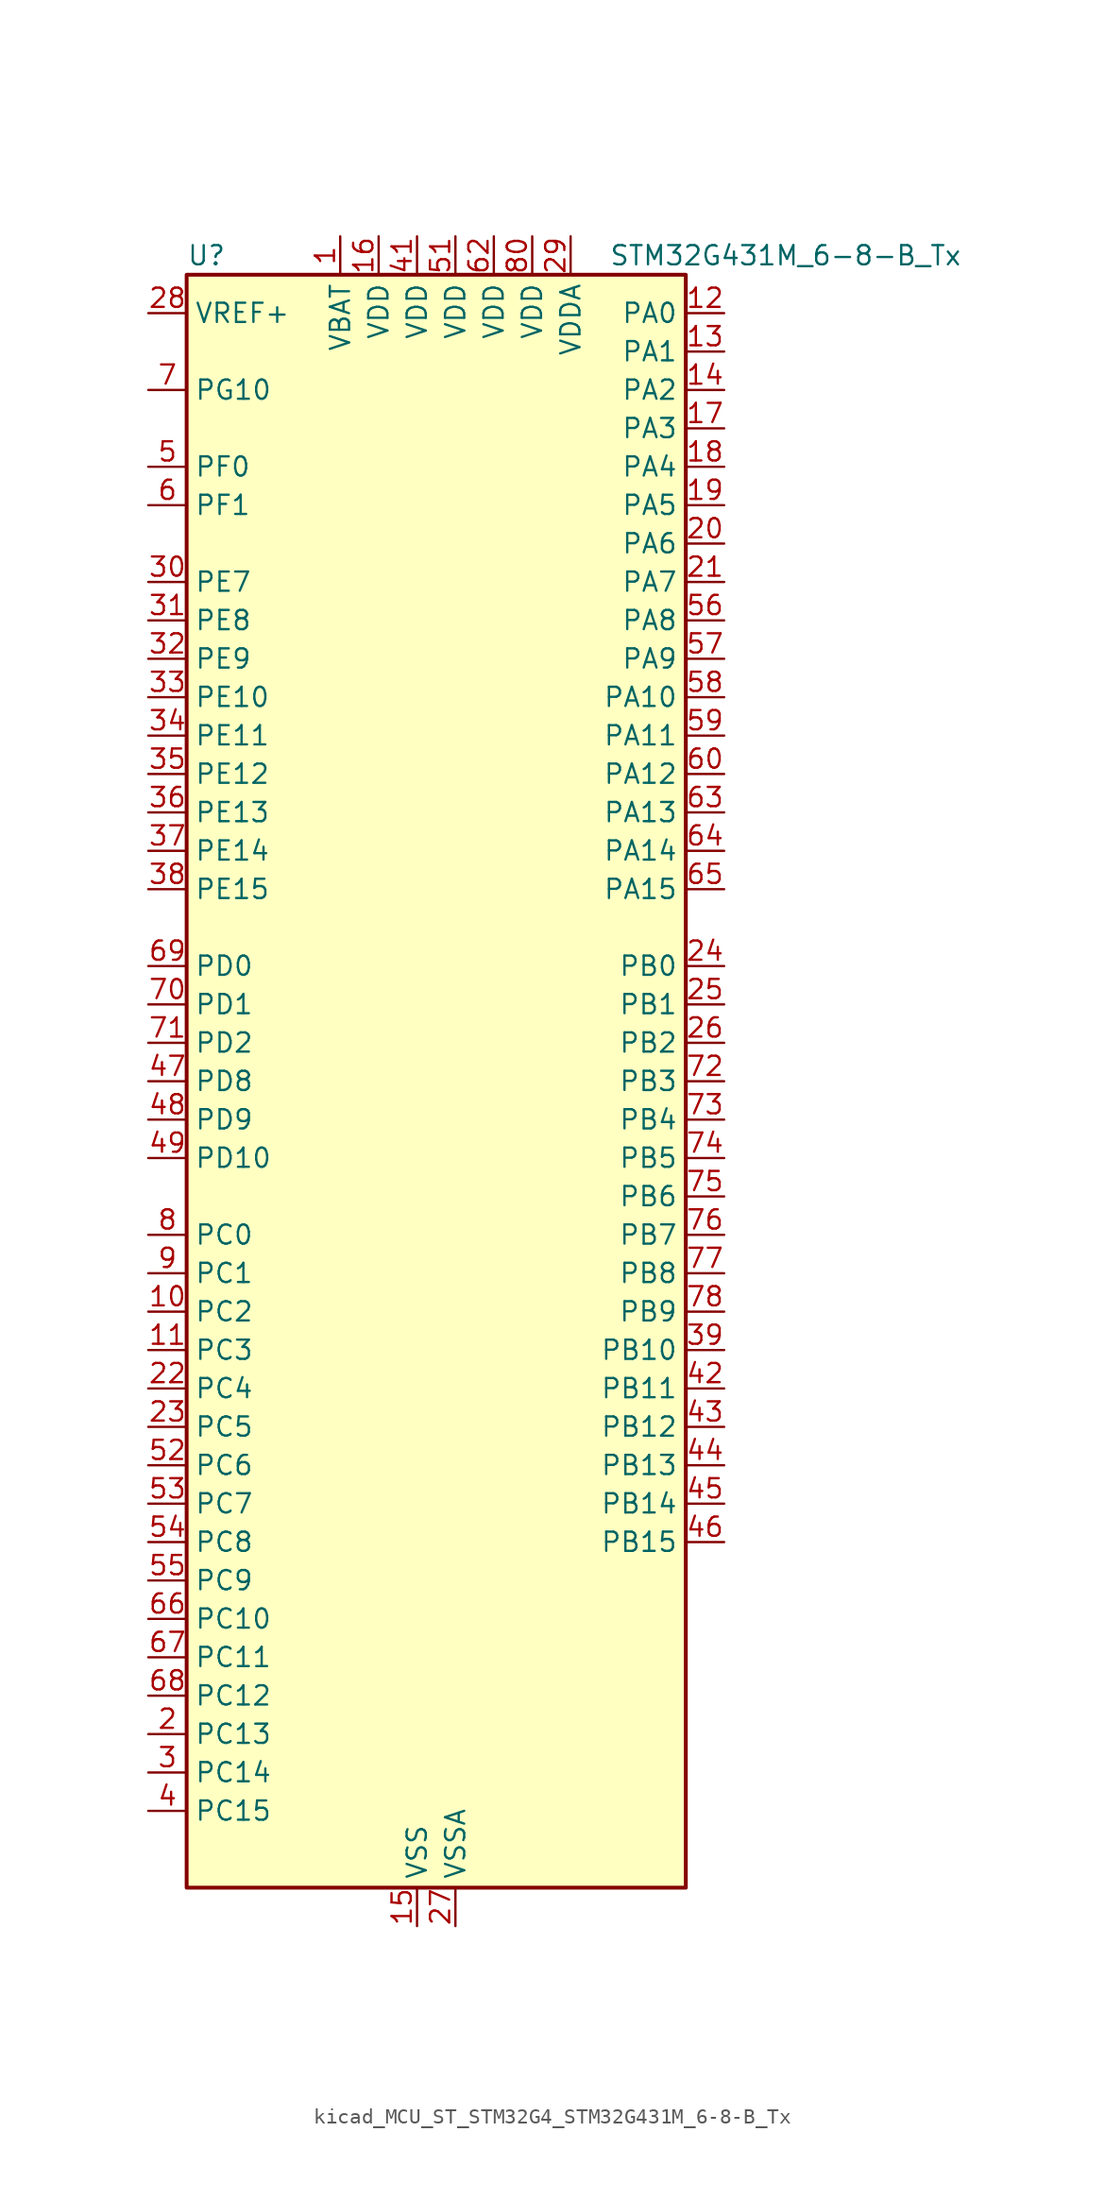
<source format=kicad_sym>
(kicad_symbol_lib
  (version 20220914)
  (generator kicad_symbol_editor)
  (symbol "kicad_MCU_ST_STM32G4_STM32G431M_6-8-B_Tx"
    (property "Reference" "U"
      (at -15.24 54.61 0)
      (effects (font (size 1.27 1.27)) (justify left)))
    (property "Value" "STM32G431M_6-8-B_Tx"
      (at 12.7 54.61 0)
      (effects (font (size 1.27 1.27)) (justify left)))
    (property "ki_locked" ""
      (at 0 0 0)
      (effects (font (size 1.27 1.27))))
    (symbol "kicad_MCU_ST_STM32G4_STM32G431M_6-8-B_Tx_0_1"
      (rectangle (start -15.24 -53.34) (end 17.78 53.34) (stroke (width 0.254) (type default)) (fill (type background))))
    (symbol "kicad_MCU_ST_STM32G4_STM32G431M_6-8-B_Tx_1_1"
      (pin power_in line (at -5.08 55.88 270) (length 2.54) (name "VBAT" (effects (font (size 1.27 1.27)))) (number "1" (effects (font (size 1.27 1.27)))))
      (pin bidirectional line (at -17.78 -15.24 0) (length 2.54) (name "PC2" (effects (font (size 1.27 1.27)))) (number "10" (effects (font (size 1.27 1.27)))) (alternate "ADC1_IN8" bidirectional line) (alternate "ADC2_IN8" bidirectional line) (alternate "COMP3_OUT" bidirectional line) (alternate "LPTIM1_IN2" bidirectional line) (alternate "TIM1_CH3" bidirectional line))
      (pin bidirectional line (at -17.78 -17.78 0) (length 2.54) (name "PC3" (effects (font (size 1.27 1.27)))) (number "11" (effects (font (size 1.27 1.27)))) (alternate "ADC1_IN9" bidirectional line) (alternate "ADC2_IN9" bidirectional line) (alternate "LPTIM1_ETR" bidirectional line) (alternate "SAI1_D1" bidirectional line) (alternate "SAI1_SD_A" bidirectional line) (alternate "TIM1_BKIN2" bidirectional line) (alternate "TIM1_CH4" bidirectional line))
      (pin bidirectional line (at 20.32 50.8 180) (length 2.54) (name "PA0" (effects (font (size 1.27 1.27)))) (number "12" (effects (font (size 1.27 1.27)))) (alternate "ADC1_IN1" bidirectional line) (alternate "ADC2_IN1" bidirectional line) (alternate "COMP1_INM" bidirectional line) (alternate "COMP1_OUT" bidirectional line) (alternate "COMP3_INP" bidirectional line) (alternate "RTC_TAMP2" bidirectional line) (alternate "SYS_WKUP1" bidirectional line) (alternate "TIM2_CH1" bidirectional line) (alternate "TIM2_ETR" bidirectional line) (alternate "TIM8_BKIN" bidirectional line) (alternate "TIM8_ETR" bidirectional line) (alternate "USART2_CTS" bidirectional line) (alternate "USART2_NSS" bidirectional line))
      (pin bidirectional line (at 20.32 48.26 180) (length 2.54) (name "PA1" (effects (font (size 1.27 1.27)))) (number "13" (effects (font (size 1.27 1.27)))) (alternate "ADC1_IN2" bidirectional line) (alternate "ADC2_IN2" bidirectional line) (alternate "COMP1_INP" bidirectional line) (alternate "OPAMP1_VINP" bidirectional line) (alternate "OPAMP1_VINP_SEC" bidirectional line) (alternate "OPAMP3_VINP" bidirectional line) (alternate "OPAMP3_VINP_SEC" bidirectional line) (alternate "RTC_REFIN" bidirectional line) (alternate "TIM15_CH1N" bidirectional line) (alternate "TIM2_CH2" bidirectional line) (alternate "USART2_DE" bidirectional line) (alternate "USART2_RTS" bidirectional line))
      (pin bidirectional line (at 20.32 45.72 180) (length 2.54) (name "PA2" (effects (font (size 1.27 1.27)))) (number "14" (effects (font (size 1.27 1.27)))) (alternate "ADC1_IN3" bidirectional line) (alternate "COMP2_INM" bidirectional line) (alternate "COMP2_OUT" bidirectional line) (alternate "LPUART1_TX" bidirectional line) (alternate "OPAMP1_VOUT" bidirectional line) (alternate "RCC_LSCO" bidirectional line) (alternate "SYS_WKUP4" bidirectional line) (alternate "TIM15_CH1" bidirectional line) (alternate "TIM2_CH3" bidirectional line) (alternate "UCPD1_FRSTX1" bidirectional line) (alternate "UCPD1_FRSTX2" bidirectional line) (alternate "USART2_TX" bidirectional line))
      (pin power_in line (at 0 -55.88 90) (length 2.54) (name "VSS" (effects (font (size 1.27 1.27)))) (number "15" (effects (font (size 1.27 1.27)))))
      (pin power_in line (at -2.54 55.88 270) (length 2.54) (name "VDD" (effects (font (size 1.27 1.27)))) (number "16" (effects (font (size 1.27 1.27)))))
      (pin bidirectional line (at 20.32 43.18 180) (length 2.54) (name "PA3" (effects (font (size 1.27 1.27)))) (number "17" (effects (font (size 1.27 1.27)))) (alternate "ADC1_IN4" bidirectional line) (alternate "COMP2_INP" bidirectional line) (alternate "LPUART1_RX" bidirectional line) (alternate "OPAMP1_VINM" bidirectional line) (alternate "OPAMP1_VINM0" bidirectional line) (alternate "OPAMP1_VINM_SEC" bidirectional line) (alternate "OPAMP1_VINP" bidirectional line) (alternate "OPAMP1_VINP_SEC" bidirectional line) (alternate "SAI1_CK1" bidirectional line) (alternate "SAI1_MCLK_A" bidirectional line) (alternate "TIM15_CH2" bidirectional line) (alternate "TIM2_CH4" bidirectional line) (alternate "USART2_RX" bidirectional line))
      (pin bidirectional line (at 20.32 40.64 180) (length 2.54) (name "PA4" (effects (font (size 1.27 1.27)))) (number "18" (effects (font (size 1.27 1.27)))) (alternate "ADC2_IN17" bidirectional line) (alternate "COMP1_INM" bidirectional line) (alternate "DAC1_OUT1" bidirectional line) (alternate "I2S3_WS" bidirectional line) (alternate "SAI1_FS_B" bidirectional line) (alternate "SPI1_NSS" bidirectional line) (alternate "SPI3_NSS" bidirectional line) (alternate "TIM3_CH2" bidirectional line) (alternate "USART2_CK" bidirectional line))
      (pin bidirectional line (at 20.32 38.1 180) (length 2.54) (name "PA5" (effects (font (size 1.27 1.27)))) (number "19" (effects (font (size 1.27 1.27)))) (alternate "ADC2_IN13" bidirectional line) (alternate "COMP2_INM" bidirectional line) (alternate "DAC1_OUT2" bidirectional line) (alternate "OPAMP2_VINM" bidirectional line) (alternate "OPAMP2_VINM0" bidirectional line) (alternate "OPAMP2_VINM_SEC" bidirectional line) (alternate "SPI1_SCK" bidirectional line) (alternate "TIM2_CH1" bidirectional line) (alternate "TIM2_ETR" bidirectional line) (alternate "UCPD1_FRSTX1" bidirectional line) (alternate "UCPD1_FRSTX2" bidirectional line))
      (pin bidirectional line (at -17.78 -43.18 0) (length 2.54) (name "PC13" (effects (font (size 1.27 1.27)))) (number "2" (effects (font (size 1.27 1.27)))) (alternate "RTC_OUT1" bidirectional line) (alternate "RTC_TAMP1" bidirectional line) (alternate "RTC_TS" bidirectional line) (alternate "SYS_WKUP2" bidirectional line) (alternate "TIM1_BKIN" bidirectional line) (alternate "TIM1_CH1N" bidirectional line) (alternate "TIM8_CH4N" bidirectional line))
      (pin bidirectional line (at 20.32 35.56 180) (length 2.54) (name "PA6" (effects (font (size 1.27 1.27)))) (number "20" (effects (font (size 1.27 1.27)))) (alternate "ADC2_IN3" bidirectional line) (alternate "COMP1_OUT" bidirectional line) (alternate "LPUART1_CTS" bidirectional line) (alternate "OPAMP2_VOUT" bidirectional line) (alternate "SPI1_MISO" bidirectional line) (alternate "TIM16_CH1" bidirectional line) (alternate "TIM1_BKIN" bidirectional line) (alternate "TIM3_CH1" bidirectional line) (alternate "TIM8_BKIN" bidirectional line))
      (pin bidirectional line (at 20.32 33.02 180) (length 2.54) (name "PA7" (effects (font (size 1.27 1.27)))) (number "21" (effects (font (size 1.27 1.27)))) (alternate "ADC2_IN4" bidirectional line) (alternate "COMP2_INP" bidirectional line) (alternate "COMP2_OUT" bidirectional line) (alternate "OPAMP1_VINP" bidirectional line) (alternate "OPAMP1_VINP_SEC" bidirectional line) (alternate "OPAMP2_VINP" bidirectional line) (alternate "OPAMP2_VINP_SEC" bidirectional line) (alternate "SPI1_MOSI" bidirectional line) (alternate "TIM17_CH1" bidirectional line) (alternate "TIM1_CH1N" bidirectional line) (alternate "TIM3_CH2" bidirectional line) (alternate "TIM8_CH1N" bidirectional line) (alternate "UCPD1_FRSTX1" bidirectional line) (alternate "UCPD1_FRSTX2" bidirectional line))
      (pin bidirectional line (at -17.78 -20.32 0) (length 2.54) (name "PC4" (effects (font (size 1.27 1.27)))) (number "22" (effects (font (size 1.27 1.27)))) (alternate "ADC2_IN5" bidirectional line) (alternate "I2C2_SCL" bidirectional line) (alternate "TIM1_ETR" bidirectional line) (alternate "USART1_TX" bidirectional line))
      (pin bidirectional line (at -17.78 -22.86 0) (length 2.54) (name "PC5" (effects (font (size 1.27 1.27)))) (number "23" (effects (font (size 1.27 1.27)))) (alternate "ADC2_IN11" bidirectional line) (alternate "OPAMP1_VINM" bidirectional line) (alternate "OPAMP1_VINM1" bidirectional line) (alternate "OPAMP1_VINM_SEC" bidirectional line) (alternate "OPAMP2_VINM" bidirectional line) (alternate "OPAMP2_VINM1" bidirectional line) (alternate "OPAMP2_VINM_SEC" bidirectional line) (alternate "SAI1_D3" bidirectional line) (alternate "SYS_WKUP5" bidirectional line) (alternate "TIM15_BKIN" bidirectional line) (alternate "TIM1_CH4N" bidirectional line) (alternate "USART1_RX" bidirectional line))
      (pin bidirectional line (at 20.32 7.62 180) (length 2.54) (name "PB0" (effects (font (size 1.27 1.27)))) (number "24" (effects (font (size 1.27 1.27)))) (alternate "ADC1_IN15" bidirectional line) (alternate "COMP4_INP" bidirectional line) (alternate "OPAMP2_VINP" bidirectional line) (alternate "OPAMP2_VINP_SEC" bidirectional line) (alternate "OPAMP3_VINP" bidirectional line) (alternate "OPAMP3_VINP_SEC" bidirectional line) (alternate "TIM1_CH2N" bidirectional line) (alternate "TIM3_CH3" bidirectional line) (alternate "TIM8_CH2N" bidirectional line) (alternate "UCPD1_FRSTX1" bidirectional line) (alternate "UCPD1_FRSTX2" bidirectional line))
      (pin bidirectional line (at 20.32 5.08 180) (length 2.54) (name "PB1" (effects (font (size 1.27 1.27)))) (number "25" (effects (font (size 1.27 1.27)))) (alternate "ADC1_IN12" bidirectional line) (alternate "COMP1_INP" bidirectional line) (alternate "COMP4_OUT" bidirectional line) (alternate "LPUART1_DE" bidirectional line) (alternate "LPUART1_RTS" bidirectional line) (alternate "OPAMP3_VOUT" bidirectional line) (alternate "TIM1_CH3N" bidirectional line) (alternate "TIM3_CH4" bidirectional line) (alternate "TIM8_CH3N" bidirectional line))
      (pin bidirectional line (at 20.32 2.54 180) (length 2.54) (name "PB2" (effects (font (size 1.27 1.27)))) (number "26" (effects (font (size 1.27 1.27)))) (alternate "ADC2_IN12" bidirectional line) (alternate "COMP4_INM" bidirectional line) (alternate "I2C3_SMBA" bidirectional line) (alternate "LPTIM1_OUT" bidirectional line) (alternate "OPAMP3_VINM" bidirectional line) (alternate "OPAMP3_VINM0" bidirectional line) (alternate "OPAMP3_VINM_SEC" bidirectional line) (alternate "RTC_OUT2" bidirectional line))
      (pin power_in line (at 2.54 -55.88 90) (length 2.54) (name "VSSA" (effects (font (size 1.27 1.27)))) (number "27" (effects (font (size 1.27 1.27)))))
      (pin input line (at -17.78 50.8 0) (length 2.54) (name "VREF+" (effects (font (size 1.27 1.27)))) (number "28" (effects (font (size 1.27 1.27)))) (alternate "VREFBUF_OUT" bidirectional line))
      (pin power_in line (at 10.16 55.88 270) (length 2.54) (name "VDDA" (effects (font (size 1.27 1.27)))) (number "29" (effects (font (size 1.27 1.27)))))
      (pin bidirectional line (at -17.78 -45.72 0) (length 2.54) (name "PC14" (effects (font (size 1.27 1.27)))) (number "3" (effects (font (size 1.27 1.27)))) (alternate "RCC_OSC32_IN" bidirectional line))
      (pin bidirectional line (at -17.78 33.02 0) (length 2.54) (name "PE7" (effects (font (size 1.27 1.27)))) (number "30" (effects (font (size 1.27 1.27)))) (alternate "COMP4_INP" bidirectional line) (alternate "SAI1_SD_B" bidirectional line) (alternate "TIM1_ETR" bidirectional line))
      (pin bidirectional line (at -17.78 30.48 0) (length 2.54) (name "PE8" (effects (font (size 1.27 1.27)))) (number "31" (effects (font (size 1.27 1.27)))) (alternate "COMP4_INM" bidirectional line) (alternate "SAI1_SCK_B" bidirectional line) (alternate "TIM1_CH1N" bidirectional line))
      (pin bidirectional line (at -17.78 27.94 0) (length 2.54) (name "PE9" (effects (font (size 1.27 1.27)))) (number "32" (effects (font (size 1.27 1.27)))) (alternate "DAC1_EXTI9" bidirectional line) (alternate "DAC3_EXTI9" bidirectional line) (alternate "SAI1_FS_B" bidirectional line) (alternate "TIM1_CH1" bidirectional line))
      (pin bidirectional line (at -17.78 25.4 0) (length 2.54) (name "PE10" (effects (font (size 1.27 1.27)))) (number "33" (effects (font (size 1.27 1.27)))) (alternate "DAC1_EXTI10" bidirectional line) (alternate "DAC3_EXTI10" bidirectional line) (alternate "SAI1_MCLK_B" bidirectional line) (alternate "TIM1_CH2N" bidirectional line))
      (pin bidirectional line (at -17.78 22.86 0) (length 2.54) (name "PE11" (effects (font (size 1.27 1.27)))) (number "34" (effects (font (size 1.27 1.27)))) (alternate "ADC1_EXTI11" bidirectional line) (alternate "ADC2_EXTI11" bidirectional line) (alternate "TIM1_CH2" bidirectional line))
      (pin bidirectional line (at -17.78 20.32 0) (length 2.54) (name "PE12" (effects (font (size 1.27 1.27)))) (number "35" (effects (font (size 1.27 1.27)))) (alternate "TIM1_CH3N" bidirectional line))
      (pin bidirectional line (at -17.78 17.78 0) (length 2.54) (name "PE13" (effects (font (size 1.27 1.27)))) (number "36" (effects (font (size 1.27 1.27)))) (alternate "TIM1_CH3" bidirectional line))
      (pin bidirectional line (at -17.78 15.24 0) (length 2.54) (name "PE14" (effects (font (size 1.27 1.27)))) (number "37" (effects (font (size 1.27 1.27)))) (alternate "TIM1_BKIN2" bidirectional line) (alternate "TIM1_CH4" bidirectional line))
      (pin bidirectional line (at -17.78 12.7 0) (length 2.54) (name "PE15" (effects (font (size 1.27 1.27)))) (number "38" (effects (font (size 1.27 1.27)))) (alternate "ADC1_EXTI15" bidirectional line) (alternate "ADC2_EXTI15" bidirectional line) (alternate "TIM1_BKIN" bidirectional line) (alternate "TIM1_CH4N" bidirectional line) (alternate "USART3_RX" bidirectional line))
      (pin bidirectional line (at 20.32 -17.78 180) (length 2.54) (name "PB10" (effects (font (size 1.27 1.27)))) (number "39" (effects (font (size 1.27 1.27)))) (alternate "DAC1_EXTI10" bidirectional line) (alternate "DAC3_EXTI10" bidirectional line) (alternate "LPUART1_RX" bidirectional line) (alternate "OPAMP3_VINM" bidirectional line) (alternate "OPAMP3_VINM1" bidirectional line) (alternate "OPAMP3_VINM_SEC" bidirectional line) (alternate "SAI1_SCK_A" bidirectional line) (alternate "TIM1_BKIN" bidirectional line) (alternate "TIM2_CH3" bidirectional line) (alternate "USART3_TX" bidirectional line))
      (pin bidirectional line (at -17.78 -48.26 0) (length 2.54) (name "PC15" (effects (font (size 1.27 1.27)))) (number "4" (effects (font (size 1.27 1.27)))) (alternate "ADC1_EXTI15" bidirectional line) (alternate "ADC2_EXTI15" bidirectional line) (alternate "RCC_OSC32_OUT" bidirectional line))
      (pin passive line (at 0 -55.88 90) (length 2.54) hide (name "VSS" (effects (font (size 1.27 1.27)))) (number "40" (effects (font (size 1.27 1.27)))))
      (pin power_in line (at 0 55.88 270) (length 2.54) (name "VDD" (effects (font (size 1.27 1.27)))) (number "41" (effects (font (size 1.27 1.27)))))
      (pin bidirectional line (at 20.32 -20.32 180) (length 2.54) (name "PB11" (effects (font (size 1.27 1.27)))) (number "42" (effects (font (size 1.27 1.27)))) (alternate "ADC1_EXTI11" bidirectional line) (alternate "ADC1_IN14" bidirectional line) (alternate "ADC2_EXTI11" bidirectional line) (alternate "ADC2_IN14" bidirectional line) (alternate "LPUART1_TX" bidirectional line) (alternate "TIM2_CH4" bidirectional line) (alternate "USART3_RX" bidirectional line))
      (pin bidirectional line (at 20.32 -22.86 180) (length 2.54) (name "PB12" (effects (font (size 1.27 1.27)))) (number "43" (effects (font (size 1.27 1.27)))) (alternate "ADC1_IN11" bidirectional line) (alternate "I2C2_SMBA" bidirectional line) (alternate "I2S2_WS" bidirectional line) (alternate "LPUART1_DE" bidirectional line) (alternate "LPUART1_RTS" bidirectional line) (alternate "SPI2_NSS" bidirectional line) (alternate "TIM1_BKIN" bidirectional line) (alternate "USART3_CK" bidirectional line))
      (pin bidirectional line (at 20.32 -25.4 180) (length 2.54) (name "PB13" (effects (font (size 1.27 1.27)))) (number "44" (effects (font (size 1.27 1.27)))) (alternate "I2S2_CK" bidirectional line) (alternate "LPUART1_CTS" bidirectional line) (alternate "OPAMP3_VINP" bidirectional line) (alternate "OPAMP3_VINP_SEC" bidirectional line) (alternate "SPI2_SCK" bidirectional line) (alternate "TIM1_CH1N" bidirectional line) (alternate "USART3_CTS" bidirectional line) (alternate "USART3_NSS" bidirectional line))
      (pin bidirectional line (at 20.32 -27.94 180) (length 2.54) (name "PB14" (effects (font (size 1.27 1.27)))) (number "45" (effects (font (size 1.27 1.27)))) (alternate "ADC1_IN5" bidirectional line) (alternate "COMP4_OUT" bidirectional line) (alternate "OPAMP2_VINP" bidirectional line) (alternate "OPAMP2_VINP_SEC" bidirectional line) (alternate "SPI2_MISO" bidirectional line) (alternate "TIM15_CH1" bidirectional line) (alternate "TIM1_CH2N" bidirectional line) (alternate "USART3_DE" bidirectional line) (alternate "USART3_RTS" bidirectional line))
      (pin bidirectional line (at 20.32 -30.48 180) (length 2.54) (name "PB15" (effects (font (size 1.27 1.27)))) (number "46" (effects (font (size 1.27 1.27)))) (alternate "ADC1_EXTI15" bidirectional line) (alternate "ADC2_EXTI15" bidirectional line) (alternate "ADC2_IN15" bidirectional line) (alternate "COMP3_OUT" bidirectional line) (alternate "I2S2_SD" bidirectional line) (alternate "RTC_REFIN" bidirectional line) (alternate "SPI2_MOSI" bidirectional line) (alternate "TIM15_CH1N" bidirectional line) (alternate "TIM15_CH2" bidirectional line) (alternate "TIM1_CH3N" bidirectional line))
      (pin bidirectional line (at -17.78 0 0) (length 2.54) (name "PD8" (effects (font (size 1.27 1.27)))) (number "47" (effects (font (size 1.27 1.27)))) (alternate "USART3_TX" bidirectional line))
      (pin bidirectional line (at -17.78 -2.54 0) (length 2.54) (name "PD9" (effects (font (size 1.27 1.27)))) (number "48" (effects (font (size 1.27 1.27)))) (alternate "DAC1_EXTI9" bidirectional line) (alternate "DAC3_EXTI9" bidirectional line) (alternate "USART3_RX" bidirectional line))
      (pin bidirectional line (at -17.78 -5.08 0) (length 2.54) (name "PD10" (effects (font (size 1.27 1.27)))) (number "49" (effects (font (size 1.27 1.27)))) (alternate "DAC1_EXTI10" bidirectional line) (alternate "DAC3_EXTI10" bidirectional line) (alternate "USART3_CK" bidirectional line))
      (pin bidirectional line (at -17.78 40.64 0) (length 2.54) (name "PF0" (effects (font (size 1.27 1.27)))) (number "5" (effects (font (size 1.27 1.27)))) (alternate "ADC1_IN10" bidirectional line) (alternate "I2C2_SDA" bidirectional line) (alternate "I2S2_WS" bidirectional line) (alternate "RCC_OSC_IN" bidirectional line) (alternate "SPI2_NSS" bidirectional line) (alternate "TIM1_CH3N" bidirectional line))
      (pin passive line (at 0 -55.88 90) (length 2.54) hide (name "VSS" (effects (font (size 1.27 1.27)))) (number "50" (effects (font (size 1.27 1.27)))))
      (pin power_in line (at 2.54 55.88 270) (length 2.54) (name "VDD" (effects (font (size 1.27 1.27)))) (number "51" (effects (font (size 1.27 1.27)))))
      (pin bidirectional line (at -17.78 -25.4 0) (length 2.54) (name "PC6" (effects (font (size 1.27 1.27)))) (number "52" (effects (font (size 1.27 1.27)))) (alternate "I2S2_MCK" bidirectional line) (alternate "TIM3_CH1" bidirectional line) (alternate "TIM8_CH1" bidirectional line))
      (pin bidirectional line (at -17.78 -27.94 0) (length 2.54) (name "PC7" (effects (font (size 1.27 1.27)))) (number "53" (effects (font (size 1.27 1.27)))) (alternate "I2S3_MCK" bidirectional line) (alternate "TIM3_CH2" bidirectional line) (alternate "TIM8_CH2" bidirectional line))
      (pin bidirectional line (at -17.78 -30.48 0) (length 2.54) (name "PC8" (effects (font (size 1.27 1.27)))) (number "54" (effects (font (size 1.27 1.27)))) (alternate "I2C3_SCL" bidirectional line) (alternate "TIM3_CH3" bidirectional line) (alternate "TIM8_CH3" bidirectional line))
      (pin bidirectional line (at -17.78 -33.02 0) (length 2.54) (name "PC9" (effects (font (size 1.27 1.27)))) (number "55" (effects (font (size 1.27 1.27)))) (alternate "DAC1_EXTI9" bidirectional line) (alternate "DAC3_EXTI9" bidirectional line) (alternate "I2C3_SDA" bidirectional line) (alternate "I2S_CKIN" bidirectional line) (alternate "TIM3_CH4" bidirectional line) (alternate "TIM8_BKIN2" bidirectional line) (alternate "TIM8_CH4" bidirectional line))
      (pin bidirectional line (at 20.32 30.48 180) (length 2.54) (name "PA8" (effects (font (size 1.27 1.27)))) (number "56" (effects (font (size 1.27 1.27)))) (alternate "I2C2_SDA" bidirectional line) (alternate "I2C3_SCL" bidirectional line) (alternate "I2S2_MCK" bidirectional line) (alternate "RCC_MCO" bidirectional line) (alternate "SAI1_CK2" bidirectional line) (alternate "SAI1_SCK_A" bidirectional line) (alternate "TIM1_CH1" bidirectional line) (alternate "TIM4_ETR" bidirectional line) (alternate "USART1_CK" bidirectional line))
      (pin bidirectional line (at 20.32 27.94 180) (length 2.54) (name "PA9" (effects (font (size 1.27 1.27)))) (number "57" (effects (font (size 1.27 1.27)))) (alternate "DAC1_EXTI9" bidirectional line) (alternate "DAC3_EXTI9" bidirectional line) (alternate "I2C2_SCL" bidirectional line) (alternate "I2C3_SMBA" bidirectional line) (alternate "I2S3_MCK" bidirectional line) (alternate "SAI1_FS_A" bidirectional line) (alternate "TIM15_BKIN" bidirectional line) (alternate "TIM1_CH2" bidirectional line) (alternate "TIM2_CH3" bidirectional line) (alternate "UCPD1_DBCC1" bidirectional line) (alternate "USART1_TX" bidirectional line))
      (pin bidirectional line (at 20.32 25.4 180) (length 2.54) (name "PA10" (effects (font (size 1.27 1.27)))) (number "58" (effects (font (size 1.27 1.27)))) (alternate "CRS_SYNC" bidirectional line) (alternate "DAC1_EXTI10" bidirectional line) (alternate "DAC3_EXTI10" bidirectional line) (alternate "I2C2_SMBA" bidirectional line) (alternate "SAI1_D1" bidirectional line) (alternate "SAI1_SD_A" bidirectional line) (alternate "SPI2_MISO" bidirectional line) (alternate "TIM17_BKIN" bidirectional line) (alternate "TIM1_CH3" bidirectional line) (alternate "TIM2_CH4" bidirectional line) (alternate "TIM8_BKIN" bidirectional line) (alternate "UCPD1_DBCC2" bidirectional line) (alternate "USART1_RX" bidirectional line))
      (pin bidirectional line (at 20.32 22.86 180) (length 2.54) (name "PA11" (effects (font (size 1.27 1.27)))) (number "59" (effects (font (size 1.27 1.27)))) (alternate "ADC1_EXTI11" bidirectional line) (alternate "ADC2_EXTI11" bidirectional line) (alternate "COMP1_OUT" bidirectional line) (alternate "FDCAN1_RX" bidirectional line) (alternate "I2S2_SD" bidirectional line) (alternate "SPI2_MOSI" bidirectional line) (alternate "TIM1_BKIN2" bidirectional line) (alternate "TIM1_CH1N" bidirectional line) (alternate "TIM1_CH4" bidirectional line) (alternate "TIM4_CH1" bidirectional line) (alternate "USART1_CTS" bidirectional line) (alternate "USART1_NSS" bidirectional line) (alternate "USB_DM" bidirectional line))
      (pin bidirectional line (at -17.78 38.1 0) (length 2.54) (name "PF1" (effects (font (size 1.27 1.27)))) (number "6" (effects (font (size 1.27 1.27)))) (alternate "ADC2_IN10" bidirectional line) (alternate "COMP3_INM" bidirectional line) (alternate "I2S2_CK" bidirectional line) (alternate "RCC_OSC_OUT" bidirectional line) (alternate "SPI2_SCK" bidirectional line))
      (pin bidirectional line (at 20.32 20.32 180) (length 2.54) (name "PA12" (effects (font (size 1.27 1.27)))) (number "60" (effects (font (size 1.27 1.27)))) (alternate "COMP2_OUT" bidirectional line) (alternate "FDCAN1_TX" bidirectional line) (alternate "I2S_CKIN" bidirectional line) (alternate "TIM16_CH1" bidirectional line) (alternate "TIM1_CH2N" bidirectional line) (alternate "TIM1_ETR" bidirectional line) (alternate "TIM4_CH2" bidirectional line) (alternate "USART1_DE" bidirectional line) (alternate "USART1_RTS" bidirectional line) (alternate "USB_DP" bidirectional line))
      (pin passive line (at 0 -55.88 90) (length 2.54) hide (name "VSS" (effects (font (size 1.27 1.27)))) (number "61" (effects (font (size 1.27 1.27)))))
      (pin power_in line (at 5.08 55.88 270) (length 2.54) (name "VDD" (effects (font (size 1.27 1.27)))) (number "62" (effects (font (size 1.27 1.27)))))
      (pin bidirectional line (at 20.32 17.78 180) (length 2.54) (name "PA13" (effects (font (size 1.27 1.27)))) (number "63" (effects (font (size 1.27 1.27)))) (alternate "I2C1_SCL" bidirectional line) (alternate "IR_OUT" bidirectional line) (alternate "SAI1_SD_B" bidirectional line) (alternate "SYS_JTMS-SWDIO" bidirectional line) (alternate "TIM16_CH1N" bidirectional line) (alternate "TIM4_CH3" bidirectional line) (alternate "USART3_CTS" bidirectional line) (alternate "USART3_NSS" bidirectional line))
      (pin bidirectional line (at 20.32 15.24 180) (length 2.54) (name "PA14" (effects (font (size 1.27 1.27)))) (number "64" (effects (font (size 1.27 1.27)))) (alternate "I2C1_SDA" bidirectional line) (alternate "LPTIM1_OUT" bidirectional line) (alternate "SAI1_FS_B" bidirectional line) (alternate "SYS_JTCK-SWCLK" bidirectional line) (alternate "TIM1_BKIN" bidirectional line) (alternate "TIM8_CH2" bidirectional line) (alternate "USART2_TX" bidirectional line))
      (pin bidirectional line (at 20.32 12.7 180) (length 2.54) (name "PA15" (effects (font (size 1.27 1.27)))) (number "65" (effects (font (size 1.27 1.27)))) (alternate "ADC1_EXTI15" bidirectional line) (alternate "ADC2_EXTI15" bidirectional line) (alternate "I2C1_SCL" bidirectional line) (alternate "I2S3_WS" bidirectional line) (alternate "SPI1_NSS" bidirectional line) (alternate "SPI3_NSS" bidirectional line) (alternate "SYS_JTDI" bidirectional line) (alternate "TIM1_BKIN" bidirectional line) (alternate "TIM2_CH1" bidirectional line) (alternate "TIM2_ETR" bidirectional line) (alternate "TIM8_CH1" bidirectional line) (alternate "UART4_DE" bidirectional line) (alternate "UART4_RTS" bidirectional line) (alternate "USART2_RX" bidirectional line))
      (pin bidirectional line (at -17.78 -35.56 0) (length 2.54) (name "PC10" (effects (font (size 1.27 1.27)))) (number "66" (effects (font (size 1.27 1.27)))) (alternate "DAC1_EXTI10" bidirectional line) (alternate "DAC3_EXTI10" bidirectional line) (alternate "I2S3_CK" bidirectional line) (alternate "SPI3_SCK" bidirectional line) (alternate "TIM8_CH1N" bidirectional line) (alternate "UART4_TX" bidirectional line) (alternate "USART3_TX" bidirectional line))
      (pin bidirectional line (at -17.78 -38.1 0) (length 2.54) (name "PC11" (effects (font (size 1.27 1.27)))) (number "67" (effects (font (size 1.27 1.27)))) (alternate "ADC1_EXTI11" bidirectional line) (alternate "ADC2_EXTI11" bidirectional line) (alternate "I2C3_SDA" bidirectional line) (alternate "SPI3_MISO" bidirectional line) (alternate "TIM8_CH2N" bidirectional line) (alternate "UART4_RX" bidirectional line) (alternate "USART3_RX" bidirectional line))
      (pin bidirectional line (at -17.78 -40.64 0) (length 2.54) (name "PC12" (effects (font (size 1.27 1.27)))) (number "68" (effects (font (size 1.27 1.27)))) (alternate "I2S3_SD" bidirectional line) (alternate "SPI3_MOSI" bidirectional line) (alternate "TIM8_CH3N" bidirectional line) (alternate "UCPD1_FRSTX1" bidirectional line) (alternate "UCPD1_FRSTX2" bidirectional line) (alternate "USART3_CK" bidirectional line))
      (pin bidirectional line (at -17.78 7.62 0) (length 2.54) (name "PD0" (effects (font (size 1.27 1.27)))) (number "69" (effects (font (size 1.27 1.27)))) (alternate "FDCAN1_RX" bidirectional line) (alternate "TIM8_CH4N" bidirectional line))
      (pin bidirectional line (at -17.78 45.72 0) (length 2.54) (name "PG10" (effects (font (size 1.27 1.27)))) (number "7" (effects (font (size 1.27 1.27)))) (alternate "DAC1_EXTI10" bidirectional line) (alternate "DAC3_EXTI10" bidirectional line) (alternate "RCC_MCO" bidirectional line))
      (pin bidirectional line (at -17.78 5.08 0) (length 2.54) (name "PD1" (effects (font (size 1.27 1.27)))) (number "70" (effects (font (size 1.27 1.27)))) (alternate "FDCAN1_TX" bidirectional line) (alternate "TIM8_BKIN2" bidirectional line) (alternate "TIM8_CH4" bidirectional line))
      (pin bidirectional line (at -17.78 2.54 0) (length 2.54) (name "PD2" (effects (font (size 1.27 1.27)))) (number "71" (effects (font (size 1.27 1.27)))) (alternate "TIM3_ETR" bidirectional line) (alternate "TIM8_BKIN" bidirectional line))
      (pin bidirectional line (at 20.32 0 180) (length 2.54) (name "PB3" (effects (font (size 1.27 1.27)))) (number "72" (effects (font (size 1.27 1.27)))) (alternate "CRS_SYNC" bidirectional line) (alternate "I2S3_CK" bidirectional line) (alternate "SAI1_SCK_B" bidirectional line) (alternate "SPI1_SCK" bidirectional line) (alternate "SPI3_SCK" bidirectional line) (alternate "SYS_JTDO-SWO" bidirectional line) (alternate "TIM2_CH2" bidirectional line) (alternate "TIM3_ETR" bidirectional line) (alternate "TIM4_ETR" bidirectional line) (alternate "TIM8_CH1N" bidirectional line) (alternate "USART2_TX" bidirectional line))
      (pin bidirectional line (at 20.32 -2.54 180) (length 2.54) (name "PB4" (effects (font (size 1.27 1.27)))) (number "73" (effects (font (size 1.27 1.27)))) (alternate "SAI1_MCLK_B" bidirectional line) (alternate "SPI1_MISO" bidirectional line) (alternate "SPI3_MISO" bidirectional line) (alternate "SYS_JTRST" bidirectional line) (alternate "TIM16_CH1" bidirectional line) (alternate "TIM17_BKIN" bidirectional line) (alternate "TIM3_CH1" bidirectional line) (alternate "TIM8_CH2N" bidirectional line) (alternate "UCPD1_CC2" bidirectional line) (alternate "USART2_RX" bidirectional line))
      (pin bidirectional line (at 20.32 -5.08 180) (length 2.54) (name "PB5" (effects (font (size 1.27 1.27)))) (number "74" (effects (font (size 1.27 1.27)))) (alternate "I2C1_SMBA" bidirectional line) (alternate "I2C3_SDA" bidirectional line) (alternate "I2S3_SD" bidirectional line) (alternate "LPTIM1_IN1" bidirectional line) (alternate "SAI1_SD_B" bidirectional line) (alternate "SPI1_MOSI" bidirectional line) (alternate "SPI3_MOSI" bidirectional line) (alternate "TIM16_BKIN" bidirectional line) (alternate "TIM17_CH1" bidirectional line) (alternate "TIM3_CH2" bidirectional line) (alternate "TIM8_CH3N" bidirectional line) (alternate "USART2_CK" bidirectional line))
      (pin bidirectional line (at 20.32 -7.62 180) (length 2.54) (name "PB6" (effects (font (size 1.27 1.27)))) (number "75" (effects (font (size 1.27 1.27)))) (alternate "COMP4_OUT" bidirectional line) (alternate "LPTIM1_ETR" bidirectional line) (alternate "SAI1_FS_B" bidirectional line) (alternate "TIM16_CH1N" bidirectional line) (alternate "TIM4_CH1" bidirectional line) (alternate "TIM8_BKIN2" bidirectional line) (alternate "TIM8_CH1" bidirectional line) (alternate "TIM8_ETR" bidirectional line) (alternate "UCPD1_CC1" bidirectional line) (alternate "USART1_TX" bidirectional line))
      (pin bidirectional line (at 20.32 -10.16 180) (length 2.54) (name "PB7" (effects (font (size 1.27 1.27)))) (number "76" (effects (font (size 1.27 1.27)))) (alternate "COMP3_OUT" bidirectional line) (alternate "I2C1_SDA" bidirectional line) (alternate "LPTIM1_IN2" bidirectional line) (alternate "SYS_PVD_IN" bidirectional line) (alternate "TIM17_CH1N" bidirectional line) (alternate "TIM3_CH4" bidirectional line) (alternate "TIM4_CH2" bidirectional line) (alternate "TIM8_BKIN" bidirectional line) (alternate "UART4_CTS" bidirectional line) (alternate "USART1_RX" bidirectional line))
      (pin bidirectional line (at 20.32 -12.7 180) (length 2.54) (name "PB8" (effects (font (size 1.27 1.27)))) (number "77" (effects (font (size 1.27 1.27)))) (alternate "COMP1_OUT" bidirectional line) (alternate "FDCAN1_RX" bidirectional line) (alternate "I2C1_SCL" bidirectional line) (alternate "SAI1_CK1" bidirectional line) (alternate "SAI1_MCLK_A" bidirectional line) (alternate "TIM16_CH1" bidirectional line) (alternate "TIM1_BKIN" bidirectional line) (alternate "TIM4_CH3" bidirectional line) (alternate "TIM8_CH2" bidirectional line) (alternate "USART3_RX" bidirectional line))
      (pin bidirectional line (at 20.32 -15.24 180) (length 2.54) (name "PB9" (effects (font (size 1.27 1.27)))) (number "78" (effects (font (size 1.27 1.27)))) (alternate "COMP2_OUT" bidirectional line) (alternate "DAC1_EXTI9" bidirectional line) (alternate "DAC3_EXTI9" bidirectional line) (alternate "FDCAN1_TX" bidirectional line) (alternate "I2C1_SDA" bidirectional line) (alternate "IR_OUT" bidirectional line) (alternate "SAI1_D2" bidirectional line) (alternate "SAI1_FS_A" bidirectional line) (alternate "TIM17_CH1" bidirectional line) (alternate "TIM1_CH3N" bidirectional line) (alternate "TIM4_CH4" bidirectional line) (alternate "TIM8_CH3" bidirectional line) (alternate "USART3_TX" bidirectional line))
      (pin passive line (at 0 -55.88 90) (length 2.54) hide (name "VSS" (effects (font (size 1.27 1.27)))) (number "79" (effects (font (size 1.27 1.27)))))
      (pin bidirectional line (at -17.78 -10.16 0) (length 2.54) (name "PC0" (effects (font (size 1.27 1.27)))) (number "8" (effects (font (size 1.27 1.27)))) (alternate "ADC1_IN6" bidirectional line) (alternate "ADC2_IN6" bidirectional line) (alternate "COMP3_INM" bidirectional line) (alternate "LPTIM1_IN1" bidirectional line) (alternate "LPUART1_RX" bidirectional line) (alternate "TIM1_CH1" bidirectional line))
      (pin power_in line (at 7.62 55.88 270) (length 2.54) (name "VDD" (effects (font (size 1.27 1.27)))) (number "80" (effects (font (size 1.27 1.27)))))
      (pin bidirectional line (at -17.78 -12.7 0) (length 2.54) (name "PC1" (effects (font (size 1.27 1.27)))) (number "9" (effects (font (size 1.27 1.27)))) (alternate "ADC1_IN7" bidirectional line) (alternate "ADC2_IN7" bidirectional line) (alternate "COMP3_INP" bidirectional line) (alternate "LPTIM1_OUT" bidirectional line) (alternate "LPUART1_TX" bidirectional line) (alternate "SAI1_SD_A" bidirectional line) (alternate "TIM1_CH2" bidirectional line)))))
</source>
